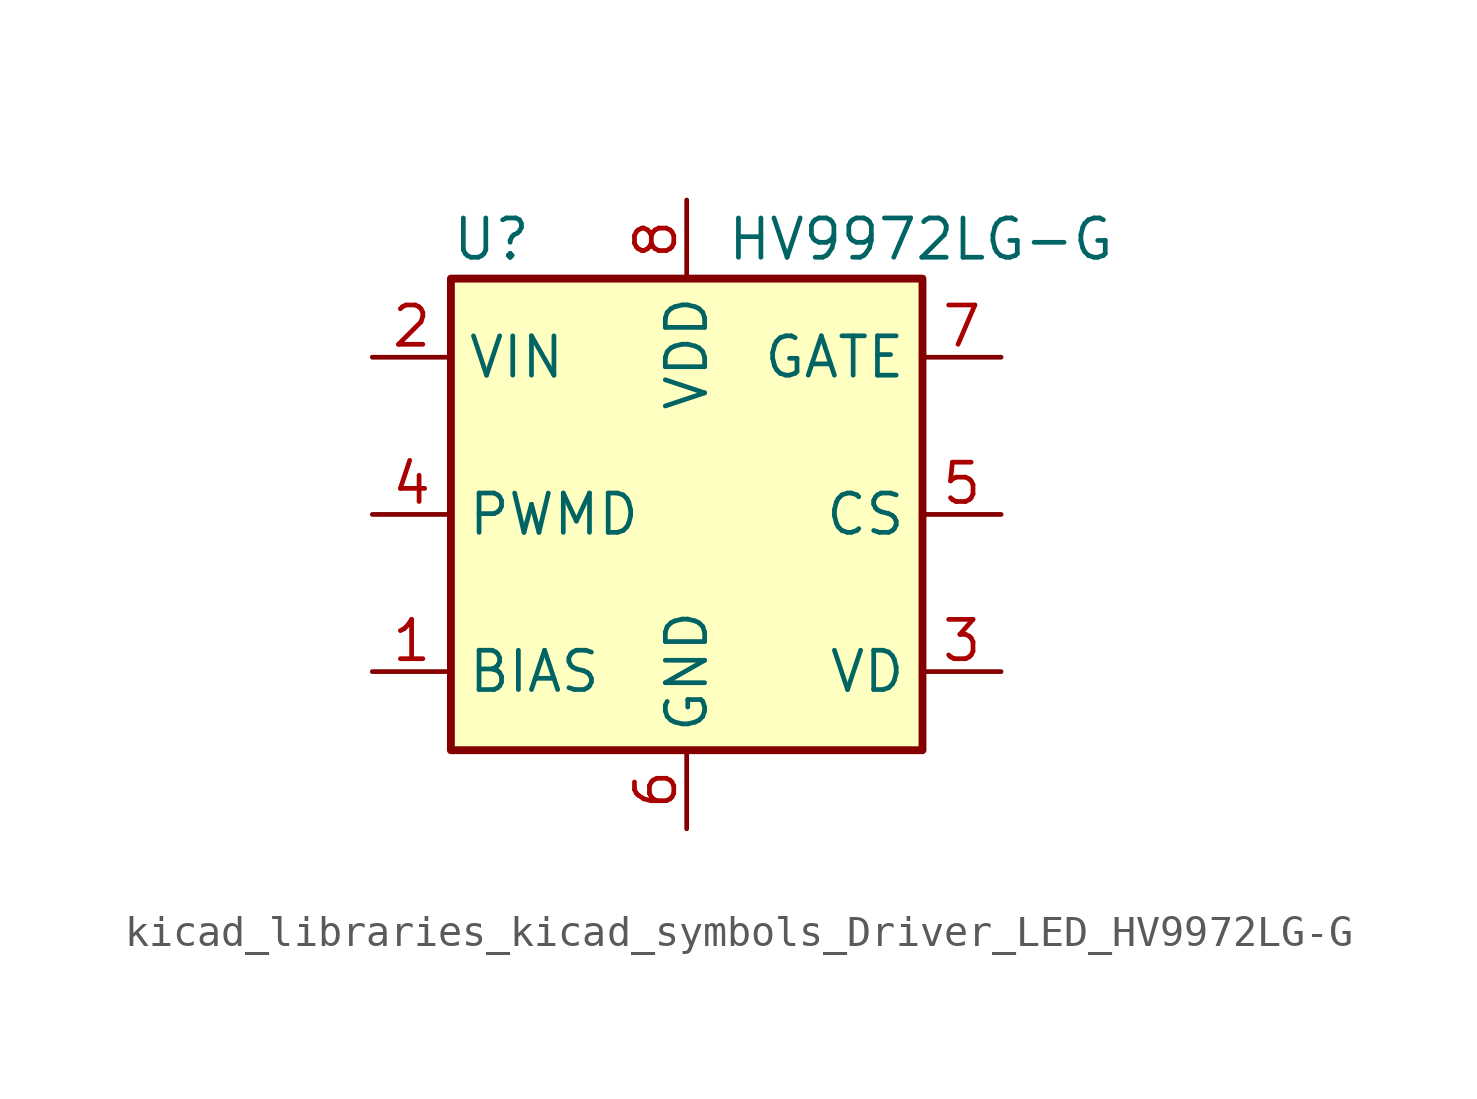
<source format=kicad_sym>
(kicad_symbol_lib
  (version 20220914)
  (generator kicad_symbol_editor)
  (symbol "kicad_libraries_kicad_symbols_Driver_LED_HV9972LG-G"
    (property "Reference" "U"
      (at -7.62 8.89 0)
      (effects (font (size 1.27 1.27)) (justify left)))
    (property "Value" "HV9972LG-G"
      (at 1.27 8.89 0)
      (effects (font (size 1.27 1.27)) (justify left)))
    (symbol "kicad_libraries_kicad_symbols_Driver_LED_HV9972LG-G_0_1"
      (rectangle (start -7.62 7.62) (end 7.62 -7.62) (stroke (width 0.254) (type default)) (fill (type background))))
    (symbol "kicad_libraries_kicad_symbols_Driver_LED_HV9972LG-G_1_1"
      (pin passive line (at -10.16 -5.08 0) (length 2.54) (name "BIAS" (effects (font (size 1.27 1.27)))) (number "1" (effects (font (size 1.27 1.27)))))
      (pin input line (at -10.16 5.08 0) (length 2.54) (name "VIN" (effects (font (size 1.27 1.27)))) (number "2" (effects (font (size 1.27 1.27)))))
      (pin input line (at 10.16 -5.08 180) (length 2.54) (name "VD" (effects (font (size 1.27 1.27)))) (number "3" (effects (font (size 1.27 1.27)))))
      (pin output line (at -10.16 0 0) (length 2.54) (name "PWMD" (effects (font (size 1.27 1.27)))) (number "4" (effects (font (size 1.27 1.27)))))
      (pin input line (at 10.16 0 180) (length 2.54) (name "CS" (effects (font (size 1.27 1.27)))) (number "5" (effects (font (size 1.27 1.27)))))
      (pin power_in line (at 0 -10.16 90) (length 2.54) (name "GND" (effects (font (size 1.27 1.27)))) (number "6" (effects (font (size 1.27 1.27)))))
      (pin output line (at 10.16 5.08 180) (length 2.54) (name "GATE" (effects (font (size 1.27 1.27)))) (number "7" (effects (font (size 1.27 1.27)))))
      (pin power_out line (at 0 10.16 270) (length 2.54) (name "VDD" (effects (font (size 1.27 1.27)))) (number "8" (effects (font (size 1.27 1.27))))))))
</source>
